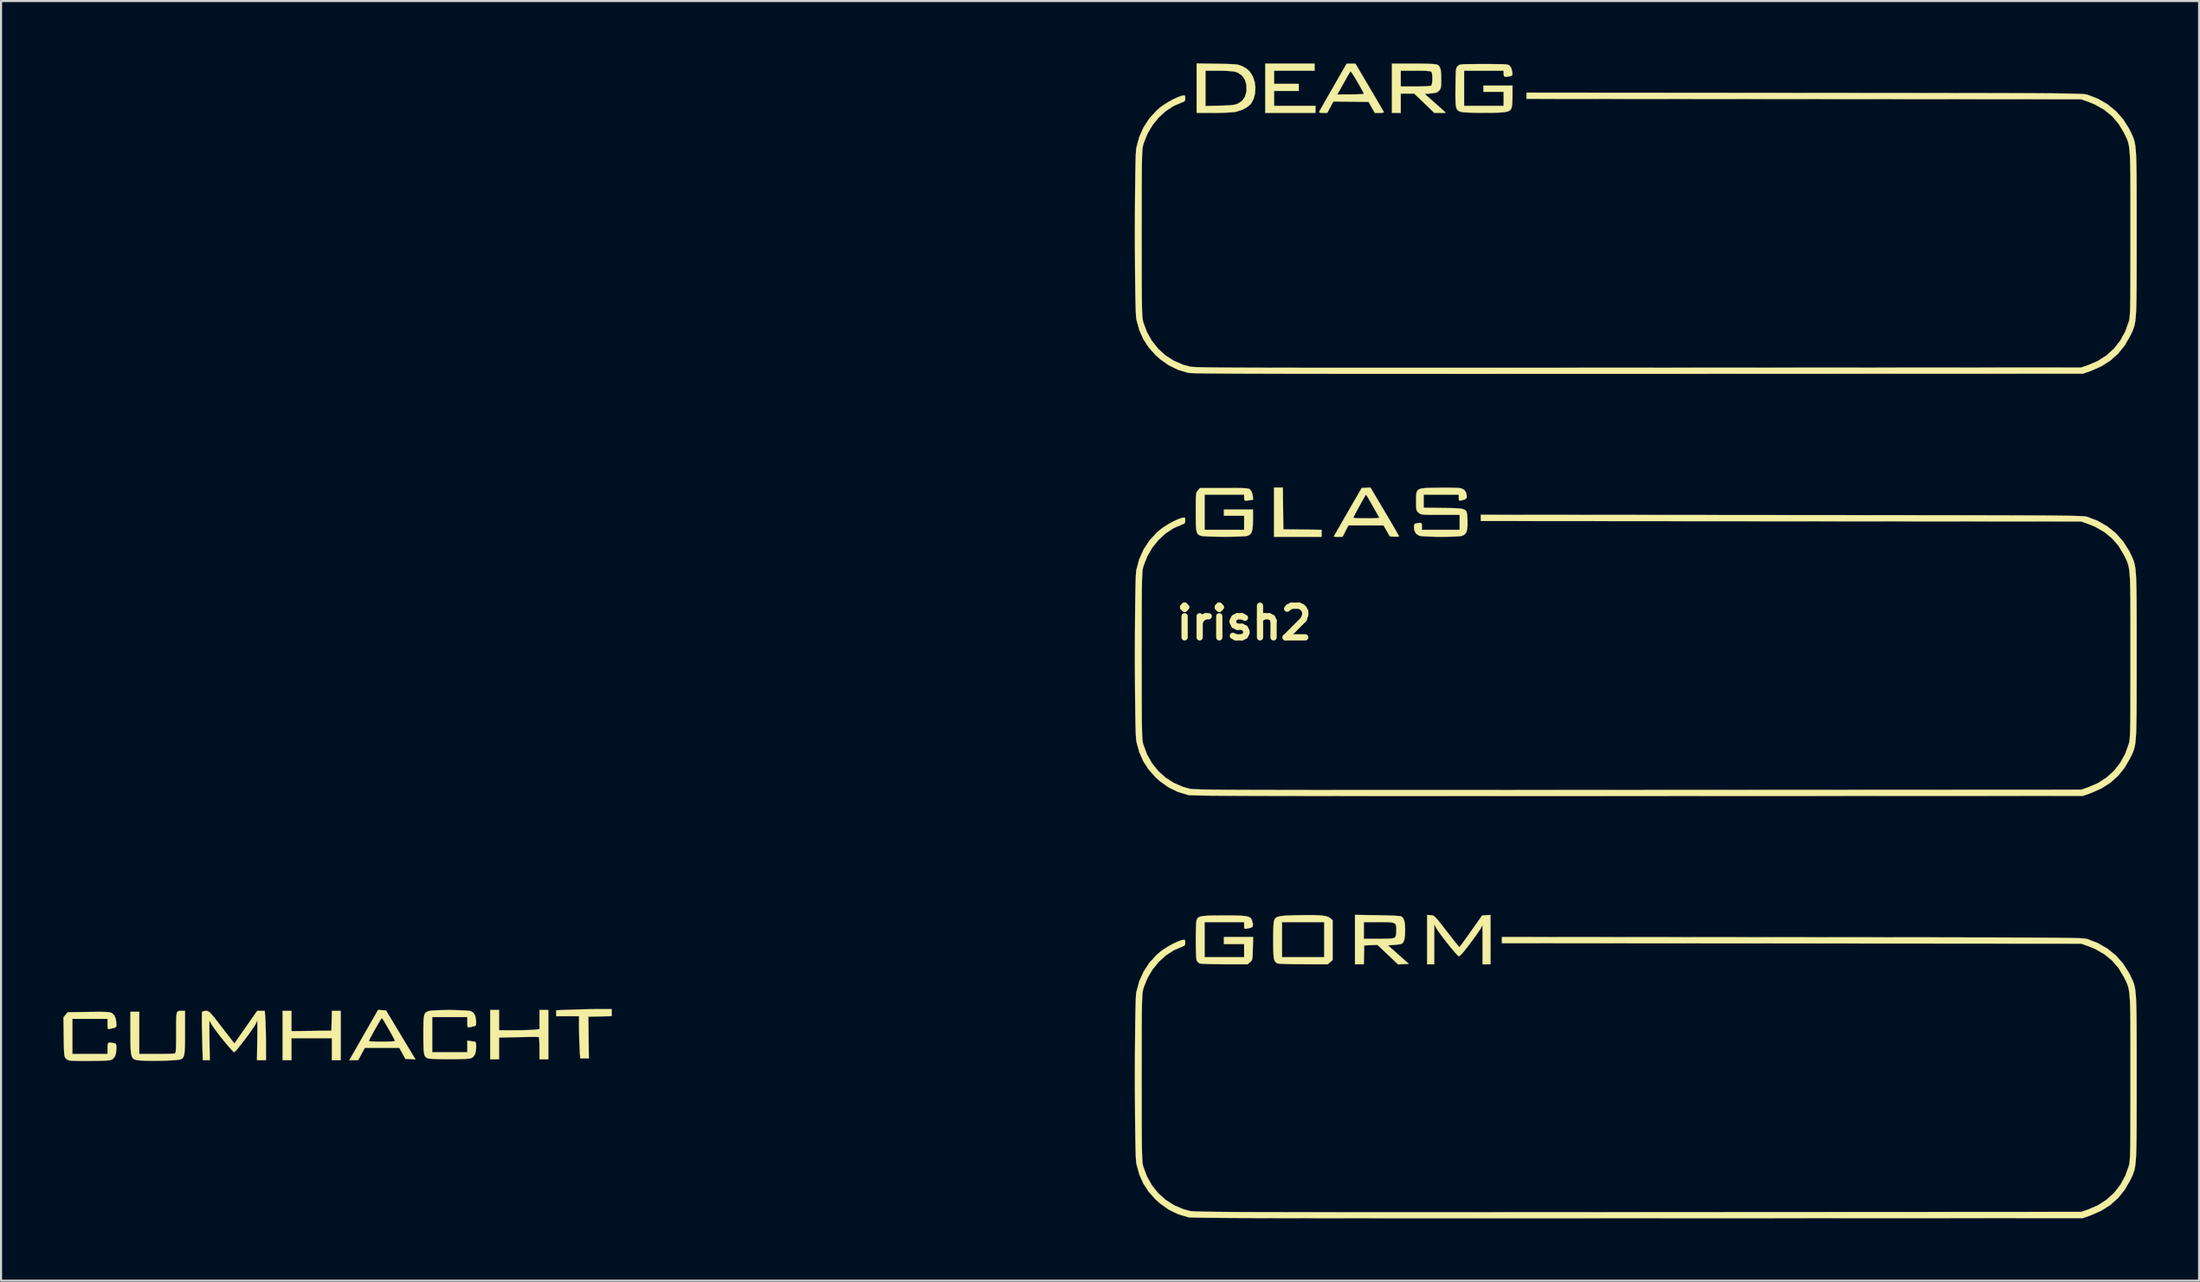
<source format=kicad_pcb>
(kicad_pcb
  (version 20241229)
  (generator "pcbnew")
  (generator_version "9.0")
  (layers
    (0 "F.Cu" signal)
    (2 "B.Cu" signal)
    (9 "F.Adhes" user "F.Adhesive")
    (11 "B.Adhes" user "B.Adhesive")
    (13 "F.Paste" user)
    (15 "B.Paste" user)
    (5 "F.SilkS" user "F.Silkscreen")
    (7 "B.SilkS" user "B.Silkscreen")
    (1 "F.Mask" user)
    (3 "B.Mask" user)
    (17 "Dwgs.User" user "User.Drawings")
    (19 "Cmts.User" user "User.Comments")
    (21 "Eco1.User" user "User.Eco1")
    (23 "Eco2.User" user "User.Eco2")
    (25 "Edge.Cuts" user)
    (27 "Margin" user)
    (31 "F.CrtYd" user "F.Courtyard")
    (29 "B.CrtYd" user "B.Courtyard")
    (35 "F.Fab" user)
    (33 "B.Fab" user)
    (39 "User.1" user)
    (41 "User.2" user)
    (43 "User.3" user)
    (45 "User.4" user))
  (footprint "irish2"
    (layer "F.Cu")
    (at 56.821 26.937)
    (property "Reference" "irish2" (at 0 0 0) (layer "F.SilkS") (effects (font (size 1.524 1.524) (thickness 0.3))))
    (attr through_hole)
    (fp_poly (pts (xy 1.872 -5.514) (xy 1.884 -4.508) (xy 2.805 -4.497) (xy 3.725 -4.486) (xy 3.725 -4.149) (xy 1.439 -4.149) (xy 1.439 -6.519) (xy 1.861 -6.519) (xy 1.872 -5.514)) (stroke (width 0.01) (type solid)) (fill yes) (layer "F.SilkS"))
    (fp_poly (pts (xy -45.847 19.644) (xy -43.921 19.622) (xy -43.897 18.669) (xy -43.476 18.669) (xy -43.476 21.04) (xy -43.9 21.04) (xy -43.9 19.981) (xy -45.847 19.981) (xy -45.847 21.04) (xy -46.27 21.04) (xy -46.27 18.669) (xy -45.847 18.669) (xy -45.847 19.644)) (stroke (width 0.01) (type solid)) (fill yes) (layer "F.SilkS"))
    (fp_poly (pts (xy 3.387 -26.585) (xy 1.439 -26.585) (xy 1.439 -25.95) (xy 2.625 -25.95) (xy 2.625 -25.612) (xy 1.439 -25.612) (xy 1.439 -24.892) (xy 3.429 -24.892) (xy 3.429 -24.553) (xy 1.016 -24.553) (xy 1.016 -26.924) (xy 3.387 -26.924) (xy 3.387 -26.585)) (stroke (width 0.01) (type solid)) (fill yes) (layer "F.SilkS"))
    (fp_poly (pts (xy -30.438 18.921) (xy -30.999 18.932) (xy -31.559 18.944) (xy -31.548 19.95) (xy -31.536 20.955) (xy -31.949 20.955) (xy -31.976 20.479) (xy -31.988 20.232) (xy -31.997 19.942) (xy -32.002 19.651) (xy -32.004 19.463) (xy -32.004 18.923) (xy -33.105 18.923) (xy -33.105 18.64) (xy -32.399 18.612) (xy -32.096 18.602) (xy -31.759 18.593) (xy -31.425 18.587) (xy -31.129 18.584) (xy -31.066 18.584) (xy -30.438 18.584) (xy -30.438 18.921)) (stroke (width 0.01) (type solid)) (fill yes) (layer "F.SilkS"))
    (fp_poly (pts (xy -35.856 19.6) (xy -35.105 19.6) (xy -34.843 19.598) (xy -34.593 19.594) (xy -34.376 19.588) (xy -34.209 19.579) (xy -34.131 19.573) (xy -33.909 19.546) (xy -33.909 18.627) (xy -33.486 18.627) (xy -33.486 20.997) (xy -33.909 20.997) (xy -33.909 20.471) (xy -33.911 20.269) (xy -33.918 20.1) (xy -33.928 19.981) (xy -33.94 19.928) (xy -33.941 19.927) (xy -33.991 19.923) (xy -34.112 19.921) (xy -34.294 19.921) (xy -34.522 19.923) (xy -34.785 19.927) (xy -34.914 19.93) (xy -35.856 19.949) (xy -35.856 20.997) (xy -36.28 20.997) (xy -36.28 18.627) (xy -35.856 18.627) (xy -35.856 19.6)) (stroke (width 0.01) (type solid)) (fill yes) (layer "F.SilkS"))
    (fp_poly (pts (xy 3.3 14.058) (xy 3.569 14.066) (xy 3.779 14.084) (xy 3.937 14.111) (xy 4.053 14.149) (xy 4.134 14.198) (xy 4.14 14.203) (xy 4.255 14.301) (xy 4.255 16.221) (xy 4.136 16.323) (xy 4.017 16.425) (xy 2.845 16.422) (xy 2.466 16.42) (xy 2.146 16.414) (xy 1.892 16.406) (xy 1.708 16.395) (xy 1.6 16.381) (xy 1.579 16.375) (xy 1.499 16.303) (xy 1.442 16.202) (xy 1.426 16.112) (xy 1.413 15.954) (xy 1.405 15.746) (xy 1.399 15.505) (xy 1.398 15.247) (xy 1.4 14.99) (xy 1.405 14.752) (xy 1.414 14.549) (xy 1.427 14.397) (xy 1.428 14.393) (xy 1.82 14.393) (xy 1.82 16.087) (xy 3.852 16.087) (xy 3.852 14.393) (xy 1.82 14.393) (xy 1.428 14.393) (xy 1.441 14.321) (xy 1.475 14.247) (xy 1.523 14.19) (xy 1.597 14.147) (xy 1.708 14.116) (xy 1.866 14.094) (xy 2.082 14.079) (xy 2.366 14.068) (xy 2.551 14.064) (xy 2.964 14.057) (xy 3.3 14.058)) (stroke (width 0.01) (type solid)) (fill yes) (layer "F.SilkS"))
    (fp_poly (pts (xy -41.487 18.635) (xy -41.296 18.648) (xy -40.587 19.825) (xy -39.878 21.002) (xy -40.121 20.989) (xy -40.363 20.976) (xy -40.509 20.712) (xy -40.655 20.447) (xy -42.316 20.447) (xy -42.476 20.743) (xy -42.636 21.04) (xy -43.061 21.04) (xy -42.981 20.902) (xy -42.939 20.83) (xy -42.862 20.696) (xy -42.755 20.509) (xy -42.625 20.281) (xy -42.534 20.122) (xy -42.122 20.122) (xy -42.082 20.132) (xy -41.972 20.14) (xy -41.806 20.147) (xy -41.6 20.15) (xy -41.483 20.151) (xy -41.244 20.148) (xy -41.054 20.141) (xy -40.923 20.131) (xy -40.862 20.117) (xy -40.859 20.111) (xy -40.891 20.043) (xy -40.953 19.925) (xy -41.038 19.773) (xy -41.135 19.601) (xy -41.235 19.427) (xy -41.331 19.264) (xy -41.412 19.13) (xy -41.47 19.04) (xy -41.495 19.008) (xy -41.523 19.043) (xy -41.582 19.136) (xy -41.663 19.273) (xy -41.758 19.437) (xy -41.857 19.612) (xy -41.952 19.784) (xy -42.033 19.935) (xy -42.092 20.051) (xy -42.121 20.116) (xy -42.122 20.122) (xy -42.534 20.122) (xy -42.477 20.023) (xy -42.319 19.745) (xy -42.289 19.694) (xy -41.678 18.623) (xy -41.487 18.635)) (stroke (width 0.01) (type solid)) (fill yes) (layer "F.SilkS"))
    (fp_poly (pts (xy 6.403 14.064) (xy 6.699 14.07) (xy 6.969 14.078) (xy 7.202 14.087) (xy 7.385 14.097) (xy 7.505 14.107) (xy 7.547 14.115) (xy 7.64 14.191) (xy 7.703 14.324) (xy 7.737 14.524) (xy 7.747 14.766) (xy 7.736 15.047) (xy 7.704 15.25) (xy 7.649 15.38) (xy 7.585 15.435) (xy 7.509 15.455) (xy 7.376 15.475) (xy 7.218 15.491) (xy 6.922 15.515) (xy 7.921 16.404) (xy 7.663 16.417) (xy 7.405 16.429) (xy 6.911 15.96) (xy 6.416 15.491) (xy 6.097 15.503) (xy 5.779 15.515) (xy 5.766 15.97) (xy 5.754 16.425) (xy 5.334 16.425) (xy 5.334 14.393) (xy 5.757 14.393) (xy 5.757 15.198) (xy 6.474 15.198) (xy 6.746 15.196) (xy 6.945 15.192) (xy 7.084 15.184) (xy 7.176 15.17) (xy 7.232 15.15) (xy 7.257 15.131) (xy 7.3 15.048) (xy 7.321 14.901) (xy 7.324 14.796) (xy 7.322 14.659) (xy 7.31 14.558) (xy 7.276 14.486) (xy 7.21 14.439) (xy 7.101 14.411) (xy 6.938 14.398) (xy 6.709 14.394) (xy 6.474 14.393) (xy 5.757 14.393) (xy 5.334 14.393) (xy 5.334 14.047) (xy 6.403 14.064)) (stroke (width 0.01) (type solid)) (fill yes) (layer "F.SilkS"))
    (fp_poly (pts (xy 8.982 14.063) (xy 9.04 14.069) (xy 9.091 14.082) (xy 9.144 14.112) (xy 9.205 14.166) (xy 9.284 14.252) (xy 9.389 14.379) (xy 9.528 14.555) (xy 9.708 14.789) (xy 9.746 14.838) (xy 9.916 15.056) (xy 10.068 15.25) (xy 10.195 15.41) (xy 10.291 15.527) (xy 10.346 15.591) (xy 10.357 15.6) (xy 10.387 15.567) (xy 10.458 15.474) (xy 10.563 15.332) (xy 10.694 15.15) (xy 10.845 14.938) (xy 10.916 14.838) (xy 11.452 14.076) (xy 11.653 14.063) (xy 11.853 14.05) (xy 11.853 16.425) (xy 11.472 16.425) (xy 11.472 15.483) (xy 11.471 14.541) (xy 11.374 14.711) (xy 11.316 14.802) (xy 11.218 14.945) (xy 11.09 15.124) (xy 10.944 15.324) (xy 10.839 15.465) (xy 10.656 15.703) (xy 10.516 15.874) (xy 10.415 15.982) (xy 10.348 16.032) (xy 10.327 16.036) (xy 10.279 15.999) (xy 10.191 15.907) (xy 10.072 15.771) (xy 9.933 15.604) (xy 9.784 15.419) (xy 9.634 15.227) (xy 9.493 15.041) (xy 9.371 14.874) (xy 9.279 14.737) (xy 9.233 14.661) (xy 9.148 14.499) (xy 9.146 15.462) (xy 9.144 16.425) (xy 8.805 16.425) (xy 8.805 14.05) (xy 8.982 14.063)) (stroke (width 0.01) (type solid)) (fill yes) (layer "F.SilkS"))
    (fp_poly (pts (xy -1.302 -26.917) (xy -0.984 -26.911) (xy -0.739 -26.905) (xy -0.554 -26.898) (xy -0.415 -26.887) (xy -0.311 -26.873) (xy -0.229 -26.853) (xy -0.157 -26.827) (xy -0.106 -26.805) (xy 0.1 -26.693) (xy 0.25 -26.562) (xy 0.372 -26.386) (xy 0.412 -26.311) (xy 0.504 -26.055) (xy 0.54 -25.774) (xy 0.523 -25.49) (xy 0.454 -25.227) (xy 0.336 -25.007) (xy 0.312 -24.977) (xy 0.144 -24.831) (xy -0.086 -24.707) (xy -0.353 -24.619) (xy -0.443 -24.599) (xy -0.567 -24.585) (xy -0.757 -24.572) (xy -0.992 -24.562) (xy -1.255 -24.555) (xy -1.489 -24.553) (xy -2.286 -24.553) (xy -2.286 -26.585) (xy -1.863 -26.585) (xy -1.863 -24.883) (xy -1.175 -24.9) (xy -0.905 -24.907) (xy -0.703 -24.918) (xy -0.554 -24.932) (xy -0.442 -24.952) (xy -0.35 -24.98) (xy -0.293 -25.004) (xy -0.097 -25.136) (xy 0.036 -25.324) (xy 0.107 -25.57) (xy 0.113 -25.621) (xy 0.109 -25.904) (xy 0.039 -26.146) (xy -0.093 -26.34) (xy -0.281 -26.479) (xy -0.439 -26.537) (xy -0.551 -26.555) (xy -0.727 -26.569) (xy -0.944 -26.58) (xy -1.18 -26.585) (xy -1.246 -26.585) (xy -1.863 -26.585) (xy -2.286 -26.585) (xy -2.286 -26.932) (xy -1.302 -26.917)) (stroke (width 0.01) (type solid)) (fill yes) (layer "F.SilkS"))
    (fp_poly (pts (xy -51.114 18.669) (xy -50.969 18.669) (xy -50.969 19.704) (xy -50.97 20.056) (xy -50.974 20.333) (xy -50.982 20.545) (xy -50.997 20.703) (xy -51.018 20.816) (xy -51.049 20.893) (xy -51.091 20.946) (xy -51.145 20.984) (xy -51.175 20.999) (xy -51.256 21.018) (xy -51.406 21.034) (xy -51.609 21.047) (xy -51.851 21.058) (xy -52.116 21.065) (xy -52.388 21.069) (xy -52.652 21.069) (xy -52.892 21.064) (xy -53.093 21.056) (xy -53.24 21.043) (xy -53.291 21.034) (xy -53.378 21.01) (xy -53.446 20.975) (xy -53.499 20.92) (xy -53.537 20.836) (xy -53.563 20.714) (xy -53.58 20.544) (xy -53.589 20.316) (xy -53.593 20.021) (xy -53.594 19.708) (xy -53.594 18.711) (xy -53.171 18.711) (xy -53.171 20.743) (xy -52.349 20.743) (xy -52.09 20.742) (xy -51.857 20.738) (xy -51.666 20.733) (xy -51.529 20.726) (xy -51.461 20.718) (xy -51.46 20.718) (xy -51.438 20.7) (xy -51.422 20.661) (xy -51.41 20.589) (xy -51.401 20.474) (xy -51.396 20.307) (xy -51.394 20.077) (xy -51.393 19.775) (xy -51.393 19.706) (xy -51.393 19.384) (xy -51.391 19.136) (xy -51.385 18.953) (xy -51.373 18.825) (xy -51.35 18.743) (xy -51.316 18.696) (xy -51.267 18.674) (xy -51.2 18.669) (xy -51.114 18.669)) (stroke (width 0.01) (type solid)) (fill yes) (layer "F.SilkS"))
    (fp_poly (pts (xy 5.144 -26.921) (xy 5.355 -26.921) (xy 6.032 -25.772) (xy 6.199 -25.489) (xy 6.352 -25.229) (xy 6.485 -25.001) (xy 6.594 -24.815) (xy 6.673 -24.679) (xy 6.717 -24.602) (xy 6.724 -24.588) (xy 6.694 -24.569) (xy 6.602 -24.556) (xy 6.512 -24.554) (xy 6.287 -24.554) (xy 6.137 -24.818) (xy 5.987 -25.082) (xy 4.293 -25.105) (xy 4 -24.554) (xy 3.796 -24.554) (xy 3.678 -24.561) (xy 3.612 -24.581) (xy 3.605 -24.595) (xy 3.629 -24.641) (xy 3.69 -24.751) (xy 3.783 -24.915) (xy 3.902 -25.126) (xy 4.043 -25.373) (xy 4.083 -25.442) (xy 4.481 -25.442) (xy 5.119 -25.442) (xy 5.341 -25.444) (xy 5.529 -25.449) (xy 5.669 -25.456) (xy 5.747 -25.465) (xy 5.757 -25.471) (xy 5.738 -25.526) (xy 5.684 -25.633) (xy 5.606 -25.776) (xy 5.512 -25.941) (xy 5.412 -26.112) (xy 5.313 -26.275) (xy 5.226 -26.412) (xy 5.159 -26.511) (xy 5.122 -26.554) (xy 5.118 -26.554) (xy 5.084 -26.505) (xy 5.021 -26.4) (xy 4.94 -26.26) (xy 4.909 -26.204) (xy 4.807 -26.022) (xy 4.702 -25.835) (xy 4.615 -25.68) (xy 4.606 -25.665) (xy 4.481 -25.442) (xy 4.083 -25.442) (xy 4.2 -25.647) (xy 4.276 -25.779) (xy 4.932 -26.922) (xy 5.144 -26.921)) (stroke (width 0.01) (type solid)) (fill yes) (layer "F.SilkS"))
    (fp_poly (pts (xy 8.524 -26.922) (xy 8.83 -26.916) (xy 9.062 -26.906) (xy 9.216 -26.892) (xy 9.286 -26.877) (xy 9.367 -26.823) (xy 9.424 -26.737) (xy 9.46 -26.608) (xy 9.478 -26.42) (xy 9.483 -26.184) (xy 9.481 -25.981) (xy 9.473 -25.844) (xy 9.457 -25.752) (xy 9.428 -25.686) (xy 9.387 -25.632) (xy 9.321 -25.57) (xy 9.238 -25.53) (xy 9.113 -25.505) (xy 8.989 -25.492) (xy 8.687 -25.463) (xy 9.191 -25.02) (xy 9.362 -24.869) (xy 9.508 -24.738) (xy 9.618 -24.638) (xy 9.683 -24.578) (xy 9.694 -24.565) (xy 9.656 -24.559) (xy 9.555 -24.555) (xy 9.424 -24.553) (xy 9.154 -24.553) (xy 8.667 -25.019) (xy 8.179 -25.485) (xy 7.535 -25.485) (xy 7.535 -24.553) (xy 7.112 -24.553) (xy 7.112 -26.585) (xy 7.535 -26.585) (xy 7.535 -25.823) (xy 8.247 -25.823) (xy 8.548 -25.826) (xy 8.769 -25.834) (xy 8.917 -25.847) (xy 8.996 -25.866) (xy 9.009 -25.874) (xy 9.036 -25.944) (xy 9.054 -26.073) (xy 9.059 -26.204) (xy 9.052 -26.364) (xy 9.032 -26.484) (xy 9.009 -26.535) (xy 8.952 -26.556) (xy 8.829 -26.571) (xy 8.634 -26.581) (xy 8.362 -26.585) (xy 8.247 -26.585) (xy 7.535 -26.585) (xy 7.112 -26.585) (xy 7.112 -26.924) (xy 8.147 -26.924) (xy 8.524 -26.922)) (stroke (width 0.01) (type solid)) (fill yes) (layer "F.SilkS"))
    (fp_poly (pts (xy -54.841 18.718) (xy -54.702 18.725) (xy -54.603 18.737) (xy -54.533 18.753) (xy -54.488 18.772) (xy -54.373 18.879) (xy -54.3 19.053) (xy -54.272 19.289) (xy -54.272 19.311) (xy -54.279 19.416) (xy -54.318 19.467) (xy -54.409 19.494) (xy -54.529 19.52) (xy -54.621 19.543) (xy -54.662 19.544) (xy -54.684 19.508) (xy -54.693 19.416) (xy -54.695 19.307) (xy -54.695 19.05) (xy -56.388 19.05) (xy -56.388 20.743) (xy -54.695 20.743) (xy -54.695 20.468) (xy -54.691 20.311) (xy -54.669 20.224) (xy -54.611 20.192) (xy -54.501 20.201) (xy -54.404 20.219) (xy -54.327 20.239) (xy -54.288 20.276) (xy -54.273 20.352) (xy -54.271 20.475) (xy -54.291 20.714) (xy -54.351 20.885) (xy -54.456 20.994) (xy -54.554 21.037) (xy -54.638 21.048) (xy -54.791 21.058) (xy -54.996 21.066) (xy -55.237 21.072) (xy -55.497 21.075) (xy -55.761 21.076) (xy -56.012 21.075) (xy -56.234 21.071) (xy -56.411 21.065) (xy -56.526 21.055) (xy -56.542 21.053) (xy -56.64 21.008) (xy -56.712 20.948) (xy -56.737 20.913) (xy -56.757 20.863) (xy -56.772 20.788) (xy -56.783 20.676) (xy -56.791 20.517) (xy -56.797 20.298) (xy -56.802 20.009) (xy -56.803 19.918) (xy -56.816 18.975) (xy -56.711 18.854) (xy -56.607 18.733) (xy -55.612 18.719) (xy -55.285 18.716) (xy -55.032 18.715) (xy -54.841 18.718)) (stroke (width 0.01) (type solid)) (fill yes) (layer "F.SilkS"))
    (fp_poly (pts (xy -0.613 -6.498) (xy -0.342 -6.497) (xy -0.137 -6.494) (xy 0.015 -6.489) (xy 0.121 -6.481) (xy 0.194 -6.469) (xy 0.242 -6.452) (xy 0.275 -6.43) (xy 0.3 -6.408) (xy 0.371 -6.29) (xy 0.412 -6.128) (xy 0.433 -5.939) (xy 0.269 -5.912) (xy 0.124 -5.891) (xy 0.044 -5.894) (xy 0.009 -5.929) (xy 0.000155 -6.005) (xy 0 -6.032) (xy 0 -6.181) (xy -1.905 -6.181) (xy -1.905 -4.487) (xy 0 -4.487) (xy 0 -5.165) (xy -0.974 -5.165) (xy -0.974 -5.461) (xy 0.423 -5.461) (xy 0.423 -4.994) (xy 0.418 -4.719) (xy 0.397 -4.516) (xy 0.358 -4.373) (xy 0.297 -4.277) (xy 0.208 -4.217) (xy 0.141 -4.194) (xy 0.046 -4.18) (xy -0.118 -4.169) (xy -0.334 -4.161) (xy -0.588 -4.156) (xy -0.862 -4.153) (xy -1.142 -4.154) (xy -1.412 -4.158) (xy -1.656 -4.164) (xy -1.858 -4.173) (xy -2.002 -4.185) (xy -2.062 -4.196) (xy -2.144 -4.223) (xy -2.207 -4.259) (xy -2.254 -4.315) (xy -2.287 -4.399) (xy -2.308 -4.524) (xy -2.321 -4.7) (xy -2.327 -4.936) (xy -2.328 -5.244) (xy -2.328 -5.341) (xy -2.328 -5.643) (xy -2.327 -5.871) (xy -2.323 -6.039) (xy -2.315 -6.158) (xy -2.303 -6.24) (xy -2.285 -6.296) (xy -2.259 -6.339) (xy -2.226 -6.379) (xy -2.124 -6.498) (xy -0.957 -6.498) (xy -0.613 -6.498)) (stroke (width 0.01) (type solid)) (fill yes) (layer "F.SilkS"))
    (fp_poly (pts (xy 6.763 -5.365) (xy 6.931 -5.081) (xy 7.084 -4.821) (xy 7.217 -4.593) (xy 7.325 -4.405) (xy 7.402 -4.268) (xy 7.444 -4.19) (xy 7.451 -4.175) (xy 7.413 -4.16) (xy 7.315 -4.155) (xy 7.23 -4.157) (xy 7.009 -4.17) (xy 6.71 -4.698) (xy 5.863 -4.699) (xy 5.016 -4.699) (xy 4.732 -4.149) (xy 4.525 -4.149) (xy 4.406 -4.152) (xy 4.331 -4.159) (xy 4.318 -4.165) (xy 4.338 -4.205) (xy 4.396 -4.308) (xy 4.486 -4.467) (xy 4.604 -4.673) (xy 4.743 -4.917) (xy 4.829 -5.067) (xy 5.249 -5.067) (xy 5.289 -5.057) (xy 5.399 -5.048) (xy 5.565 -5.042) (xy 5.771 -5.038) (xy 5.887 -5.038) (xy 6.106 -5.04) (xy 6.291 -5.045) (xy 6.426 -5.053) (xy 6.498 -5.064) (xy 6.506 -5.069) (xy 6.48 -5.116) (xy 6.42 -5.222) (xy 6.334 -5.374) (xy 6.23 -5.558) (xy 6.184 -5.641) (xy 6.075 -5.831) (xy 5.982 -5.992) (xy 5.911 -6.111) (xy 5.87 -6.174) (xy 5.863 -6.181) (xy 5.838 -6.146) (xy 5.782 -6.052) (xy 5.703 -5.915) (xy 5.611 -5.751) (xy 5.514 -5.575) (xy 5.421 -5.404) (xy 5.34 -5.253) (xy 5.281 -5.137) (xy 5.251 -5.073) (xy 5.249 -5.067) (xy 4.829 -5.067) (xy 4.9 -5.189) (xy 4.987 -5.34) (xy 5.656 -6.498) (xy 5.866 -6.511) (xy 6.075 -6.523) (xy 6.763 -5.365)) (stroke (width 0.01) (type solid)) (fill yes) (layer "F.SilkS"))
    (fp_poly (pts (xy -0.61 14.077) (xy -0.322 14.082) (xy -0.099 14.091) (xy 0.068 14.108) (xy 0.187 14.133) (xy 0.27 14.168) (xy 0.325 14.215) (xy 0.361 14.276) (xy 0.378 14.319) (xy 0.422 14.487) (xy 0.412 14.598) (xy 0.346 14.658) (xy 0.307 14.67) (xy 0.149 14.704) (xy 0.057 14.716) (xy 0.014 14.702) (xy 0.000335 14.655) (xy -0.000006 14.568) (xy 0 14.563) (xy 0 14.393) (xy -1.905 14.393) (xy -1.905 16.087) (xy 0 16.087) (xy 0 15.452) (xy -0.974 15.452) (xy -0.974 15.113) (xy 0.43 15.113) (xy 0.416 15.667) (xy 0.41 15.893) (xy 0.402 16.05) (xy 0.39 16.155) (xy 0.37 16.223) (xy 0.339 16.271) (xy 0.293 16.315) (xy 0.283 16.323) (xy 0.165 16.425) (xy -0.944 16.423) (xy -1.247 16.42) (xy -1.526 16.416) (xy -1.768 16.409) (xy -1.961 16.401) (xy -2.093 16.391) (xy -2.149 16.381) (xy -2.237 16.314) (xy -2.287 16.233) (xy -2.301 16.152) (xy -2.312 16.003) (xy -2.32 15.802) (xy -2.325 15.565) (xy -2.327 15.309) (xy -2.326 15.05) (xy -2.322 14.804) (xy -2.315 14.588) (xy -2.305 14.418) (xy -2.292 14.31) (xy -2.287 14.289) (xy -2.257 14.228) (xy -2.214 14.179) (xy -2.147 14.142) (xy -2.048 14.116) (xy -1.906 14.097) (xy -1.712 14.085) (xy -1.457 14.079) (xy -1.13 14.077) (xy -0.974 14.077) (xy -0.61 14.077)) (stroke (width 0.01) (type solid)) (fill yes) (layer "F.SilkS"))
    (fp_poly (pts (xy -37.928 18.633) (xy -37.68 18.64) (xy -37.466 18.651) (xy -37.304 18.665) (xy -37.211 18.682) (xy -37.083 18.764) (xy -37.001 18.908) (xy -36.963 19.121) (xy -36.959 19.208) (xy -36.964 19.323) (xy -36.991 19.381) (xy -37.055 19.407) (xy -37.063 19.409) (xy -37.194 19.436) (xy -37.275 19.453) (xy -37.333 19.461) (xy -37.365 19.441) (xy -37.378 19.377) (xy -37.38 19.248) (xy -37.38 19.22) (xy -37.38 18.965) (xy -39.074 18.965) (xy -39.074 20.659) (xy -37.38 20.659) (xy -37.38 20.097) (xy -37.222 20.123) (xy -37.104 20.141) (xy -37.019 20.15) (xy -37.01 20.15) (xy -36.978 20.188) (xy -36.96 20.286) (xy -36.958 20.419) (xy -36.969 20.565) (xy -36.996 20.7) (xy -37.016 20.76) (xy -37.111 20.893) (xy -37.213 20.949) (xy -37.3 20.964) (xy -37.456 20.976) (xy -37.664 20.985) (xy -37.908 20.991) (xy -38.173 20.994) (xy -38.442 20.993) (xy -38.7 20.99) (xy -38.931 20.983) (xy -39.119 20.973) (xy -39.247 20.96) (xy -39.29 20.95) (xy -39.354 20.92) (xy -39.403 20.874) (xy -39.44 20.803) (xy -39.466 20.697) (xy -39.483 20.545) (xy -39.492 20.336) (xy -39.496 20.061) (xy -39.497 19.798) (xy -39.496 19.473) (xy -39.492 19.222) (xy -39.481 19.035) (xy -39.461 18.9) (xy -39.429 18.808) (xy -39.383 18.747) (xy -39.32 18.708) (xy -39.237 18.678) (xy -39.21 18.671) (xy -39.105 18.654) (xy -38.934 18.642) (xy -38.714 18.634) (xy -38.462 18.63) (xy -38.194 18.629) (xy -37.928 18.633)) (stroke (width 0.01) (type solid)) (fill yes) (layer "F.SilkS"))
    (fp_poly (pts (xy 11.88 -26.903) (xy 12.149 -26.901) (xy 12.354 -26.899) (xy 12.505 -26.894) (xy 12.611 -26.885) (xy 12.683 -26.873) (xy 12.731 -26.857) (xy 12.764 -26.835) (xy 12.788 -26.812) (xy 12.86 -26.695) (xy 12.9 -26.533) (xy 12.91 -26.416) (xy 12.894 -26.357) (xy 12.84 -26.329) (xy 12.784 -26.316) (xy 12.631 -26.291) (xy 12.541 -26.295) (xy 12.5 -26.336) (xy 12.488 -26.42) (xy 12.488 -26.437) (xy 12.488 -26.585) (xy 10.583 -26.585) (xy 10.583 -24.892) (xy 12.488 -24.892) (xy 12.488 -25.569) (xy 11.515 -25.569) (xy 11.515 -25.866) (xy 12.912 -25.866) (xy 12.911 -25.368) (xy 12.906 -25.11) (xy 12.89 -24.914) (xy 12.866 -24.788) (xy 12.857 -24.765) (xy 12.817 -24.704) (xy 12.759 -24.656) (xy 12.673 -24.619) (xy 12.55 -24.593) (xy 12.38 -24.575) (xy 12.153 -24.565) (xy 11.86 -24.559) (xy 11.536 -24.558) (xy 11.144 -24.561) (xy 10.833 -24.568) (xy 10.603 -24.581) (xy 10.456 -24.599) (xy 10.415 -24.609) (xy 10.336 -24.64) (xy 10.276 -24.681) (xy 10.231 -24.742) (xy 10.2 -24.832) (xy 10.18 -24.963) (xy 10.17 -25.146) (xy 10.167 -25.389) (xy 10.169 -25.704) (xy 10.17 -25.79) (xy 10.174 -26.093) (xy 10.178 -26.322) (xy 10.185 -26.489) (xy 10.194 -26.607) (xy 10.207 -26.687) (xy 10.226 -26.74) (xy 10.251 -26.778) (xy 10.278 -26.806) (xy 10.308 -26.835) (xy 10.342 -26.857) (xy 10.39 -26.874) (xy 10.462 -26.886) (xy 10.569 -26.894) (xy 10.719 -26.899) (xy 10.924 -26.902) (xy 11.194 -26.903) (xy 11.536 -26.903) (xy 11.88 -26.903)) (stroke (width 0.01) (type solid)) (fill yes) (layer "F.SilkS"))
    (fp_poly (pts (xy -47.102 19.057) (xy -47.093 19.229) (xy -47.085 19.464) (xy -47.079 19.737) (xy -47.076 20.025) (xy -47.075 20.242) (xy -47.075 21.04) (xy -47.503 21.04) (xy -47.49 20.087) (xy -47.486 19.813) (xy -47.485 19.57) (xy -47.484 19.37) (xy -47.485 19.224) (xy -47.487 19.145) (xy -47.488 19.135) (xy -47.51 19.169) (xy -47.543 19.246) (xy -47.586 19.33) (xy -47.669 19.459) (xy -47.781 19.622) (xy -47.913 19.806) (xy -48.055 19.999) (xy -48.199 20.188) (xy -48.334 20.361) (xy -48.452 20.505) (xy -48.542 20.607) (xy -48.596 20.655) (xy -48.603 20.657) (xy -48.648 20.626) (xy -48.733 20.538) (xy -48.849 20.407) (xy -48.987 20.244) (xy -49.136 20.061) (xy -49.287 19.871) (xy -49.43 19.685) (xy -49.555 19.516) (xy -49.653 19.375) (xy -49.714 19.275) (xy -49.716 19.272) (xy -49.764 19.183) (xy -49.793 19.136) (xy -49.796 19.135) (xy -49.798 19.175) (xy -49.799 19.288) (xy -49.798 19.462) (xy -49.796 19.684) (xy -49.794 19.944) (xy -49.792 20.087) (xy -49.778 21.04) (xy -50.111 21.04) (xy -50.142 19.899) (xy -50.149 19.596) (xy -50.154 19.319) (xy -50.156 19.081) (xy -50.155 18.893) (xy -50.152 18.767) (xy -50.145 18.714) (xy -50.145 18.714) (xy -50.088 18.684) (xy -49.984 18.669) (xy -49.961 18.669) (xy -49.91 18.671) (xy -49.863 18.683) (xy -49.812 18.712) (xy -49.751 18.767) (xy -49.671 18.855) (xy -49.564 18.985) (xy -49.422 19.165) (xy -49.238 19.402) (xy -49.198 19.454) (xy -48.592 20.239) (xy -47.494 18.669) (xy -47.13 18.669) (xy -47.102 19.057)) (stroke (width 0.01) (type solid)) (fill yes) (layer "F.SilkS"))
    (fp_poly (pts (xy 10.008 -6.512) (xy 10.234 -6.504) (xy 10.392 -6.492) (xy 10.46 -6.48) (xy 10.604 -6.399) (xy 10.688 -6.259) (xy 10.71 -6.096) (xy 10.698 -6.011) (xy 10.647 -5.962) (xy 10.552 -5.929) (xy 10.424 -5.896) (xy 10.358 -5.895) (xy 10.333 -5.936) (xy 10.329 -6.028) (xy 10.329 -6.181) (xy 8.636 -6.181) (xy 8.636 -5.55) (xy 9.587 -5.537) (xy 9.927 -5.533) (xy 10.191 -5.526) (xy 10.39 -5.511) (xy 10.533 -5.485) (xy 10.629 -5.441) (xy 10.689 -5.375) (xy 10.722 -5.281) (xy 10.737 -5.156) (xy 10.744 -4.994) (xy 10.746 -4.939) (xy 10.747 -4.67) (xy 10.723 -4.473) (xy 10.672 -4.336) (xy 10.588 -4.246) (xy 10.47 -4.194) (xy 10.365 -4.178) (xy 10.193 -4.165) (xy 9.972 -4.157) (xy 9.719 -4.152) (xy 9.449 -4.151) (xy 9.179 -4.154) (xy 8.926 -4.161) (xy 8.706 -4.171) (xy 8.536 -4.185) (xy 8.432 -4.202) (xy 8.425 -4.204) (xy 8.28 -4.294) (xy 8.195 -4.441) (xy 8.171 -4.62) (xy 8.179 -4.724) (xy 8.218 -4.775) (xy 8.303 -4.8) (xy 8.44 -4.822) (xy 8.515 -4.814) (xy 8.545 -4.762) (xy 8.551 -4.657) (xy 8.551 -4.487) (xy 10.372 -4.487) (xy 10.372 -5.207) (xy 9.443 -5.207) (xy 9.139 -5.207) (xy 8.909 -5.209) (xy 8.74 -5.213) (xy 8.62 -5.22) (xy 8.537 -5.232) (xy 8.48 -5.25) (xy 8.437 -5.275) (xy 8.397 -5.308) (xy 8.395 -5.309) (xy 8.342 -5.358) (xy 8.308 -5.408) (xy 8.288 -5.478) (xy 8.279 -5.586) (xy 8.276 -5.751) (xy 8.276 -5.858) (xy 8.276 -6.05) (xy 8.282 -6.199) (xy 8.304 -6.311) (xy 8.352 -6.391) (xy 8.434 -6.445) (xy 8.56 -6.478) (xy 8.74 -6.497) (xy 8.984 -6.505) (xy 9.3 -6.51) (xy 9.389 -6.512) (xy 9.723 -6.514) (xy 10.008 -6.512)) (stroke (width 0.01) (type solid)) (fill yes) (layer "F.SilkS"))
    (fp_poly (pts (xy 26.363 15.124) (xy 27.655 15.125) (xy 28.865 15.126) (xy 29.995 15.127) (xy 31.049 15.128) (xy 32.03 15.129) (xy 32.939 15.13) (xy 33.78 15.131) (xy 34.556 15.133) (xy 35.269 15.134) (xy 35.921 15.135) (xy 36.517 15.137) (xy 37.058 15.139) (xy 37.547 15.14) (xy 37.986 15.142) (xy 38.38 15.145) (xy 38.73 15.147) (xy 39.039 15.15) (xy 39.31 15.153) (xy 39.545 15.156) (xy 39.748 15.159) (xy 39.92 15.163) (xy 40.066 15.167) (xy 40.187 15.171) (xy 40.286 15.176) (xy 40.366 15.181) (xy 40.43 15.186) (xy 40.48 15.192) (xy 40.519 15.198) (xy 40.551 15.205) (xy 40.577 15.212) (xy 41.081 15.406) (xy 41.536 15.668) (xy 41.939 15.993) (xy 42.285 16.379) (xy 42.569 16.823) (xy 42.634 16.948) (xy 42.684 17.052) (xy 42.729 17.146) (xy 42.769 17.236) (xy 42.803 17.327) (xy 42.833 17.425) (xy 42.858 17.534) (xy 42.88 17.662) (xy 42.897 17.813) (xy 42.912 17.993) (xy 42.923 18.207) (xy 42.931 18.461) (xy 42.938 18.76) (xy 42.942 19.111) (xy 42.945 19.518) (xy 42.946 19.987) (xy 42.947 20.523) (xy 42.947 21.133) (xy 42.947 21.821) (xy 42.947 21.886) (xy 42.947 22.582) (xy 42.947 23.198) (xy 42.946 23.741) (xy 42.945 24.216) (xy 42.942 24.628) (xy 42.938 24.983) (xy 42.932 25.287) (xy 42.924 25.545) (xy 42.913 25.762) (xy 42.899 25.945) (xy 42.881 26.098) (xy 42.861 26.228) (xy 42.836 26.339) (xy 42.806 26.437) (xy 42.772 26.529) (xy 42.733 26.618) (xy 42.689 26.712) (xy 42.638 26.815) (xy 42.634 26.824) (xy 42.369 27.282) (xy 42.052 27.676) (xy 41.678 28.009) (xy 41.245 28.284) (xy 40.748 28.503) (xy 40.703 28.519) (xy 40.365 28.639) (xy 18.965 28.646) (xy 17.32 28.646) (xy 15.756 28.647) (xy 14.274 28.647) (xy 12.87 28.647) (xy 11.543 28.648) (xy 10.29 28.648) (xy 9.11 28.647) (xy 8 28.647) (xy 6.959 28.647) (xy 5.985 28.646) (xy 5.075 28.646) (xy 4.227 28.645) (xy 3.44 28.644) (xy 2.712 28.643) (xy 2.04 28.642) (xy 1.422 28.641) (xy 0.857 28.639) (xy 0.342 28.638) (xy -0.125 28.636) (xy -0.545 28.634) (xy -0.92 28.632) (xy -1.254 28.629) (xy -1.547 28.627) (xy -1.801 28.624) (xy -2.02 28.621) (xy -2.204 28.618) (xy -2.356 28.614) (xy -2.477 28.611) (xy -2.571 28.607) (xy -2.638 28.603) (xy -2.681 28.599) (xy -2.694 28.597) (xy -3.186 28.449) (xy -3.639 28.227) (xy -4.056 27.93) (xy -4.277 27.728) (xy -4.602 27.361) (xy -4.856 26.968) (xy -5.046 26.535) (xy -5.179 26.049) (xy -5.189 26) (xy -5.2 25.897) (xy -5.211 25.717) (xy -5.22 25.467) (xy -5.228 25.157) (xy -5.236 24.792) (xy -5.242 24.381) (xy -5.247 23.931) (xy -5.251 23.45) (xy -5.253 22.946) (xy -5.255 22.427) (xy -5.256 21.9) (xy -5.255 21.372) (xy -5.254 20.852) (xy -5.251 20.348) (xy -5.247 19.866) (xy -5.243 19.414) (xy -5.237 19.001) (xy -5.229 18.633) (xy -5.221 18.319) (xy -5.212 18.067) (xy -5.202 17.883) (xy -5.19 17.776) (xy -5.19 17.773) (xy -5.05 17.253) (xy -4.838 16.777) (xy -4.556 16.348) (xy -4.206 15.967) (xy -4.07 15.848) (xy -3.885 15.711) (xy -3.666 15.572) (xy -3.435 15.444) (xy -3.215 15.34) (xy -3.03 15.271) (xy -2.972 15.257) (xy -2.882 15.244) (xy -2.844 15.27) (xy -2.836 15.355) (xy -2.836 15.38) (xy -2.845 15.481) (xy -2.887 15.537) (xy -2.987 15.578) (xy -2.995 15.581) (xy -3.4 15.755) (xy -3.776 16.002) (xy -4.116 16.313) (xy -4.411 16.677) (xy -4.652 17.084) (xy -4.829 17.527) (xy -4.854 17.611) (xy -4.867 17.661) (xy -4.879 17.717) (xy -4.889 17.784) (xy -4.898 17.867) (xy -4.905 17.972) (xy -4.911 18.104) (xy -4.917 18.269) (xy -4.921 18.472) (xy -4.924 18.718) (xy -4.927 19.012) (xy -4.929 19.361) (xy -4.93 19.769) (xy -4.931 20.241) (xy -4.932 20.784) (xy -4.932 21.402) (xy -4.932 21.886) (xy -4.932 22.561) (xy -4.931 23.157) (xy -4.931 23.679) (xy -4.93 24.132) (xy -4.928 24.522) (xy -4.926 24.854) (xy -4.923 25.134) (xy -4.92 25.367) (xy -4.915 25.558) (xy -4.91 25.713) (xy -4.903 25.837) (xy -4.895 25.935) (xy -4.886 26.013) (xy -4.875 26.076) (xy -4.864 26.13) (xy -4.855 26.162) (xy -4.681 26.634) (xy -4.44 27.062) (xy -4.138 27.441) (xy -3.781 27.763) (xy -3.375 28.022) (xy -2.928 28.213) (xy -2.625 28.296) (xy -2.596 28.302) (xy -2.558 28.307) (xy -2.509 28.311) (xy -2.447 28.316) (xy -2.368 28.32) (xy -2.272 28.324) (xy -2.156 28.327) (xy -2.017 28.331) (xy -1.853 28.334) (xy -1.663 28.337) (xy -1.445 28.34) (xy -1.195 28.342) (xy -0.911 28.345) (xy -0.593 28.347) (xy -0.237 28.349) (xy 0.159 28.35) (xy 0.597 28.352) (xy 1.08 28.353) (xy 1.608 28.354) (xy 2.186 28.355) (xy 2.813 28.356) (xy 3.494 28.357) (xy 4.23 28.357) (xy 5.024 28.358) (xy 5.876 28.358) (xy 6.791 28.358) (xy 7.769 28.358) (xy 8.814 28.358) (xy 9.926 28.358) (xy 11.109 28.358) (xy 12.365 28.357) (xy 13.696 28.356) (xy 15.103 28.356) (xy 16.59 28.355) (xy 18.158 28.354) (xy 18.986 28.354) (xy 40.28 28.342) (xy 40.609 28.23) (xy 41.081 28.027) (xy 41.499 27.758) (xy 41.862 27.428) (xy 42.165 27.041) (xy 42.405 26.599) (xy 42.575 26.12) (xy 42.588 26.068) (xy 42.599 26.01) (xy 42.609 25.94) (xy 42.618 25.852) (xy 42.625 25.741) (xy 42.631 25.602) (xy 42.636 25.429) (xy 42.64 25.217) (xy 42.644 24.96) (xy 42.646 24.653) (xy 42.648 24.291) (xy 42.649 23.868) (xy 42.65 23.378) (xy 42.651 22.817) (xy 42.651 22.179) (xy 42.651 21.886) (xy 42.651 21.199) (xy 42.651 20.59) (xy 42.651 20.055) (xy 42.649 19.588) (xy 42.647 19.183) (xy 42.643 18.835) (xy 42.638 18.539) (xy 42.63 18.288) (xy 42.62 18.077) (xy 42.606 17.901) (xy 42.59 17.754) (xy 42.569 17.63) (xy 42.545 17.524) (xy 42.516 17.43) (xy 42.483 17.344) (xy 42.444 17.258) (xy 42.4 17.168) (xy 42.35 17.068) (xy 42.336 17.039) (xy 42.082 16.613) (xy 41.766 16.245) (xy 41.39 15.937) (xy 40.954 15.687) (xy 40.619 15.55) (xy 40.28 15.431) (xy 12.404 15.409) (xy 12.404 15.112) (xy 26.363 15.124)) (stroke (width 0.01) (type solid)) (fill yes) (layer "F.SilkS"))
    (fp_poly (pts (xy 25.855 -5.196) (xy 27.171 -5.195) (xy 28.404 -5.194) (xy 29.559 -5.193) (xy 30.637 -5.192) (xy 31.64 -5.191) (xy 32.573 -5.19) (xy 33.437 -5.189) (xy 34.235 -5.188) (xy 34.97 -5.186) (xy 35.645 -5.185) (xy 36.262 -5.183) (xy 36.823 -5.182) (xy 37.332 -5.18) (xy 37.791 -5.178) (xy 38.204 -5.176) (xy 38.572 -5.174) (xy 38.898 -5.171) (xy 39.185 -5.168) (xy 39.436 -5.165) (xy 39.653 -5.162) (xy 39.839 -5.159) (xy 39.997 -5.155) (xy 40.129 -5.151) (xy 40.238 -5.146) (xy 40.327 -5.141) (xy 40.399 -5.136) (xy 40.455 -5.131) (xy 40.5 -5.125) (xy 40.535 -5.119) (xy 40.563 -5.112) (xy 40.577 -5.108) (xy 41.081 -4.914) (xy 41.536 -4.652) (xy 41.939 -4.327) (xy 42.285 -3.941) (xy 42.569 -3.497) (xy 42.634 -3.372) (xy 42.684 -3.268) (xy 42.729 -3.174) (xy 42.769 -3.084) (xy 42.803 -2.993) (xy 42.833 -2.895) (xy 42.858 -2.786) (xy 42.88 -2.658) (xy 42.897 -2.507) (xy 42.912 -2.327) (xy 42.923 -2.113) (xy 42.931 -1.859) (xy 42.938 -1.56) (xy 42.942 -1.209) (xy 42.945 -0.802) (xy 42.946 -0.333) (xy 42.947 0.203) (xy 42.947 0.813) (xy 42.947 1.501) (xy 42.947 1.566) (xy 42.947 2.262) (xy 42.947 2.878) (xy 42.946 3.421) (xy 42.945 3.896) (xy 42.942 4.308) (xy 42.938 4.663) (xy 42.932 4.967) (xy 42.924 5.225) (xy 42.913 5.442) (xy 42.899 5.625) (xy 42.881 5.778) (xy 42.861 5.908) (xy 42.836 6.019) (xy 42.806 6.117) (xy 42.772 6.209) (xy 42.733 6.298) (xy 42.689 6.392) (xy 42.638 6.495) (xy 42.634 6.504) (xy 42.369 6.962) (xy 42.052 7.356) (xy 41.678 7.689) (xy 41.245 7.964) (xy 40.748 8.183) (xy 40.703 8.199) (xy 40.365 8.319) (xy 18.965 8.326) (xy 17.32 8.326) (xy 15.756 8.327) (xy 14.274 8.327) (xy 12.87 8.327) (xy 11.543 8.328) (xy 10.29 8.328) (xy 9.11 8.327) (xy 8 8.327) (xy 6.959 8.327) (xy 5.985 8.326) (xy 5.075 8.326) (xy 4.227 8.325) (xy 3.44 8.324) (xy 2.712 8.323) (xy 2.04 8.322) (xy 1.422 8.321) (xy 0.857 8.319) (xy 0.342 8.318) (xy -0.125 8.316) (xy -0.545 8.314) (xy -0.92 8.312) (xy -1.254 8.309) (xy -1.547 8.307) (xy -1.801 8.304) (xy -2.02 8.301) (xy -2.204 8.298) (xy -2.356 8.294) (xy -2.477 8.291) (xy -2.571 8.287) (xy -2.638 8.283) (xy -2.681 8.279) (xy -2.694 8.277) (xy -3.186 8.129) (xy -3.639 7.907) (xy -4.056 7.61) (xy -4.277 7.408) (xy -4.602 7.041) (xy -4.856 6.648) (xy -5.046 6.215) (xy -5.179 5.729) (xy -5.189 5.68) (xy -5.2 5.577) (xy -5.211 5.397) (xy -5.22 5.147) (xy -5.228 4.837) (xy -5.236 4.472) (xy -5.242 4.061) (xy -5.247 3.611) (xy -5.251 3.13) (xy -5.253 2.626) (xy -5.255 2.107) (xy -5.256 1.58) (xy -5.255 1.052) (xy -5.254 0.532) (xy -5.251 0.028) (xy -5.247 -0.454) (xy -5.243 -0.906) (xy -5.237 -1.319) (xy -5.229 -1.687) (xy -5.221 -2.001) (xy -5.212 -2.253) (xy -5.202 -2.437) (xy -5.19 -2.544) (xy -5.19 -2.547) (xy -5.05 -3.067) (xy -4.838 -3.543) (xy -4.556 -3.972) (xy -4.206 -4.353) (xy -4.07 -4.472) (xy -3.885 -4.609) (xy -3.666 -4.748) (xy -3.435 -4.876) (xy -3.215 -4.98) (xy -3.03 -5.049) (xy -2.972 -5.063) (xy -2.882 -5.076) (xy -2.844 -5.05) (xy -2.836 -4.965) (xy -2.836 -4.94) (xy -2.845 -4.839) (xy -2.887 -4.783) (xy -2.987 -4.742) (xy -2.995 -4.739) (xy -3.4 -4.565) (xy -3.776 -4.318) (xy -4.116 -4.007) (xy -4.411 -3.643) (xy -4.652 -3.236) (xy -4.829 -2.793) (xy -4.854 -2.709) (xy -4.867 -2.659) (xy -4.879 -2.603) (xy -4.889 -2.536) (xy -4.898 -2.453) (xy -4.905 -2.348) (xy -4.911 -2.216) (xy -4.917 -2.051) (xy -4.921 -1.848) (xy -4.924 -1.602) (xy -4.927 -1.308) (xy -4.929 -0.959) (xy -4.93 -0.551) (xy -4.931 -0.079) (xy -4.932 0.464) (xy -4.932 1.082) (xy -4.932 1.566) (xy -4.932 2.241) (xy -4.931 2.837) (xy -4.931 3.359) (xy -4.93 3.812) (xy -4.928 4.202) (xy -4.926 4.534) (xy -4.923 4.814) (xy -4.92 5.047) (xy -4.915 5.238) (xy -4.91 5.393) (xy -4.903 5.517) (xy -4.895 5.615) (xy -4.886 5.693) (xy -4.875 5.756) (xy -4.864 5.81) (xy -4.855 5.842) (xy -4.681 6.314) (xy -4.44 6.742) (xy -4.138 7.121) (xy -3.781 7.443) (xy -3.375 7.702) (xy -2.928 7.893) (xy -2.625 7.976) (xy -2.596 7.982) (xy -2.558 7.987) (xy -2.509 7.991) (xy -2.447 7.996) (xy -2.368 8) (xy -2.272 8.004) (xy -2.156 8.007) (xy -2.017 8.011) (xy -1.853 8.014) (xy -1.663 8.017) (xy -1.445 8.02) (xy -1.195 8.022) (xy -0.911 8.025) (xy -0.593 8.027) (xy -0.237 8.029) (xy 0.159 8.03) (xy 0.597 8.032) (xy 1.08 8.033) (xy 1.608 8.034) (xy 2.186 8.035) (xy 2.813 8.036) (xy 3.494 8.037) (xy 4.23 8.037) (xy 5.024 8.038) (xy 5.876 8.038) (xy 6.791 8.038) (xy 7.769 8.038) (xy 8.814 8.038) (xy 9.926 8.038) (xy 11.109 8.038) (xy 12.365 8.037) (xy 13.696 8.036) (xy 15.103 8.036) (xy 16.59 8.035) (xy 18.158 8.034) (xy 18.986 8.034) (xy 40.28 8.022) (xy 40.609 7.91) (xy 41.081 7.707) (xy 41.499 7.438) (xy 41.862 7.108) (xy 42.165 6.721) (xy 42.405 6.279) (xy 42.575 5.8) (xy 42.588 5.748) (xy 42.599 5.69) (xy 42.609 5.62) (xy 42.618 5.532) (xy 42.625 5.421) (xy 42.631 5.282) (xy 42.636 5.109) (xy 42.64 4.897) (xy 42.644 4.64) (xy 42.646 4.333) (xy 42.648 3.971) (xy 42.649 3.548) (xy 42.65 3.058) (xy 42.651 2.497) (xy 42.651 1.859) (xy 42.651 1.566) (xy 42.651 0.879) (xy 42.651 0.27) (xy 42.651 -0.265) (xy 42.649 -0.732) (xy 42.647 -1.137) (xy 42.643 -1.485) (xy 42.638 -1.781) (xy 42.63 -2.032) (xy 42.62 -2.243) (xy 42.606 -2.419) (xy 42.59 -2.566) (xy 42.569 -2.69) (xy 42.545 -2.796) (xy 42.516 -2.89) (xy 42.483 -2.976) (xy 42.444 -3.062) (xy 42.4 -3.152) (xy 42.35 -3.252) (xy 42.336 -3.281) (xy 42.082 -3.707) (xy 41.766 -4.075) (xy 41.39 -4.383) (xy 40.954 -4.633) (xy 40.619 -4.77) (xy 40.28 -4.889) (xy 11.388 -4.911) (xy 11.388 -5.208) (xy 25.855 -5.196)) (stroke (width 0.01) (type solid)) (fill yes) (layer "F.SilkS"))
    (fp_poly (pts (xy 26.956 -25.516) (xy 28.219 -25.515) (xy 29.4 -25.514) (xy 30.502 -25.513) (xy 31.528 -25.512) (xy 32.481 -25.511) (xy 33.363 -25.51) (xy 34.176 -25.508) (xy 34.925 -25.507) (xy 35.612 -25.506) (xy 36.239 -25.504) (xy 36.809 -25.503) (xy 37.326 -25.501) (xy 37.791 -25.499) (xy 38.208 -25.497) (xy 38.579 -25.494) (xy 38.908 -25.492) (xy 39.197 -25.489) (xy 39.449 -25.486) (xy 39.666 -25.483) (xy 39.852 -25.479) (xy 40.009 -25.475) (xy 40.141 -25.471) (xy 40.249 -25.466) (xy 40.337 -25.461) (xy 40.407 -25.456) (xy 40.462 -25.45) (xy 40.506 -25.444) (xy 40.54 -25.437) (xy 40.568 -25.43) (xy 40.577 -25.428) (xy 41.081 -25.234) (xy 41.536 -24.973) (xy 41.939 -24.647) (xy 42.285 -24.261) (xy 42.569 -23.817) (xy 42.634 -23.692) (xy 42.684 -23.588) (xy 42.729 -23.494) (xy 42.769 -23.404) (xy 42.803 -23.313) (xy 42.833 -23.215) (xy 42.858 -23.106) (xy 42.88 -22.978) (xy 42.897 -22.827) (xy 42.912 -22.647) (xy 42.923 -22.433) (xy 42.931 -22.179) (xy 42.938 -21.88) (xy 42.942 -21.529) (xy 42.945 -21.122) (xy 42.946 -20.653) (xy 42.947 -20.117) (xy 42.947 -19.507) (xy 42.947 -18.819) (xy 42.947 -18.754) (xy 42.947 -18.058) (xy 42.947 -17.442) (xy 42.946 -16.899) (xy 42.945 -16.424) (xy 42.942 -16.012) (xy 42.938 -15.657) (xy 42.932 -15.353) (xy 42.924 -15.095) (xy 42.913 -14.878) (xy 42.899 -14.695) (xy 42.881 -14.542) (xy 42.861 -14.412) (xy 42.836 -14.301) (xy 42.806 -14.203) (xy 42.772 -14.111) (xy 42.733 -14.022) (xy 42.689 -13.928) (xy 42.638 -13.825) (xy 42.634 -13.816) (xy 42.369 -13.358) (xy 42.052 -12.964) (xy 41.678 -12.631) (xy 41.245 -12.356) (xy 40.748 -12.137) (xy 40.703 -12.121) (xy 40.365 -12.002) (xy 18.965 -11.994) (xy 17.32 -11.994) (xy 15.756 -11.993) (xy 14.274 -11.993) (xy 12.87 -11.993) (xy 11.543 -11.992) (xy 10.29 -11.992) (xy 9.11 -11.993) (xy 8 -11.993) (xy 6.959 -11.993) (xy 5.985 -11.994) (xy 5.075 -11.994) (xy 4.227 -11.995) (xy 3.44 -11.996) (xy 2.712 -11.997) (xy 2.04 -11.998) (xy 1.422 -11.999) (xy 0.857 -12.001) (xy 0.342 -12.002) (xy -0.125 -12.004) (xy -0.545 -12.006) (xy -0.92 -12.008) (xy -1.254 -12.011) (xy -1.547 -12.013) (xy -1.801 -12.016) (xy -2.02 -12.019) (xy -2.204 -12.022) (xy -2.356 -12.026) (xy -2.477 -12.029) (xy -2.571 -12.033) (xy -2.638 -12.037) (xy -2.681 -12.041) (xy -2.694 -12.043) (xy -3.186 -12.191) (xy -3.639 -12.413) (xy -4.056 -12.71) (xy -4.277 -12.912) (xy -4.602 -13.279) (xy -4.856 -13.672) (xy -5.046 -14.105) (xy -5.179 -14.591) (xy -5.189 -14.64) (xy -5.2 -14.743) (xy -5.211 -14.923) (xy -5.22 -15.173) (xy -5.228 -15.483) (xy -5.236 -15.848) (xy -5.242 -16.259) (xy -5.247 -16.709) (xy -5.251 -17.19) (xy -5.253 -17.694) (xy -5.255 -18.213) (xy -5.256 -18.74) (xy -5.255 -19.268) (xy -5.254 -19.788) (xy -5.251 -20.292) (xy -5.247 -20.774) (xy -5.243 -21.226) (xy -5.237 -21.639) (xy -5.229 -22.007) (xy -5.221 -22.321) (xy -5.212 -22.573) (xy -5.202 -22.757) (xy -5.19 -22.864) (xy -5.19 -22.867) (xy -5.05 -23.387) (xy -4.838 -23.863) (xy -4.556 -24.292) (xy -4.206 -24.673) (xy -4.07 -24.792) (xy -3.885 -24.929) (xy -3.666 -25.068) (xy -3.435 -25.196) (xy -3.215 -25.3) (xy -3.03 -25.369) (xy -2.972 -25.383) (xy -2.882 -25.396) (xy -2.844 -25.37) (xy -2.836 -25.285) (xy -2.836 -25.26) (xy -2.845 -25.159) (xy -2.887 -25.103) (xy -2.987 -25.062) (xy -2.995 -25.059) (xy -3.4 -24.885) (xy -3.776 -24.638) (xy -4.116 -24.327) (xy -4.411 -23.963) (xy -4.652 -23.556) (xy -4.829 -23.113) (xy -4.854 -23.029) (xy -4.867 -22.979) (xy -4.879 -22.923) (xy -4.889 -22.856) (xy -4.898 -22.773) (xy -4.905 -22.668) (xy -4.911 -22.536) (xy -4.917 -22.371) (xy -4.921 -22.168) (xy -4.924 -21.922) (xy -4.927 -21.628) (xy -4.929 -21.279) (xy -4.93 -20.871) (xy -4.931 -20.399) (xy -4.932 -19.856) (xy -4.932 -19.238) (xy -4.932 -18.754) (xy -4.932 -18.079) (xy -4.931 -17.483) (xy -4.931 -16.961) (xy -4.93 -16.508) (xy -4.928 -16.118) (xy -4.926 -15.786) (xy -4.923 -15.506) (xy -4.92 -15.273) (xy -4.915 -15.082) (xy -4.91 -14.927) (xy -4.903 -14.803) (xy -4.895 -14.705) (xy -4.886 -14.627) (xy -4.875 -14.564) (xy -4.864 -14.51) (xy -4.855 -14.478) (xy -4.681 -14.006) (xy -4.44 -13.578) (xy -4.138 -13.199) (xy -3.781 -12.877) (xy -3.375 -12.618) (xy -2.928 -12.427) (xy -2.625 -12.344) (xy -2.596 -12.338) (xy -2.558 -12.333) (xy -2.509 -12.329) (xy -2.447 -12.324) (xy -2.368 -12.32) (xy -2.272 -12.316) (xy -2.156 -12.313) (xy -2.017 -12.309) (xy -1.853 -12.306) (xy -1.663 -12.303) (xy -1.445 -12.3) (xy -1.195 -12.298) (xy -0.911 -12.295) (xy -0.593 -12.293) (xy -0.237 -12.291) (xy 0.159 -12.29) (xy 0.597 -12.288) (xy 1.08 -12.287) (xy 1.608 -12.286) (xy 2.186 -12.285) (xy 2.813 -12.284) (xy 3.494 -12.283) (xy 4.23 -12.283) (xy 5.024 -12.282) (xy 5.876 -12.282) (xy 6.791 -12.282) (xy 7.769 -12.282) (xy 8.814 -12.282) (xy 9.926 -12.282) (xy 11.109 -12.282) (xy 12.365 -12.283) (xy 13.696 -12.284) (xy 15.103 -12.284) (xy 16.59 -12.285) (xy 18.158 -12.286) (xy 18.986 -12.286) (xy 40.28 -12.298) (xy 40.609 -12.41) (xy 41.081 -12.613) (xy 41.499 -12.882) (xy 41.862 -13.212) (xy 42.165 -13.599) (xy 42.405 -14.041) (xy 42.575 -14.52) (xy 42.588 -14.572) (xy 42.599 -14.63) (xy 42.609 -14.7) (xy 42.618 -14.788) (xy 42.625 -14.899) (xy 42.631 -15.038) (xy 42.636 -15.211) (xy 42.64 -15.423) (xy 42.644 -15.68) (xy 42.646 -15.987) (xy 42.648 -16.349) (xy 42.649 -16.772) (xy 42.65 -17.262) (xy 42.651 -17.823) (xy 42.651 -18.461) (xy 42.651 -18.754) (xy 42.651 -19.441) (xy 42.651 -20.05) (xy 42.651 -20.585) (xy 42.649 -21.052) (xy 42.647 -21.457) (xy 42.643 -21.805) (xy 42.638 -22.101) (xy 42.63 -22.352) (xy 42.62 -22.563) (xy 42.606 -22.739) (xy 42.59 -22.886) (xy 42.569 -23.01) (xy 42.545 -23.116) (xy 42.516 -23.21) (xy 42.483 -23.296) (xy 42.444 -23.382) (xy 42.4 -23.472) (xy 42.35 -23.572) (xy 42.336 -23.601) (xy 42.082 -24.027) (xy 41.766 -24.395) (xy 41.39 -24.703) (xy 40.954 -24.953) (xy 40.619 -25.09) (xy 40.28 -25.209) (xy 26.935 -25.22) (xy 13.589 -25.231) (xy 13.589 -25.528) (xy 26.956 -25.516)) (stroke (width 0.01) (type solid)) (fill yes) (layer "F.SilkS")))
  (gr_rect
    (start -3 -3)
    (end 102.773 58.589)
    (stroke (width 0.1) (type default))
    (fill no)
    (layer "Edge.Cuts")))
</source>
